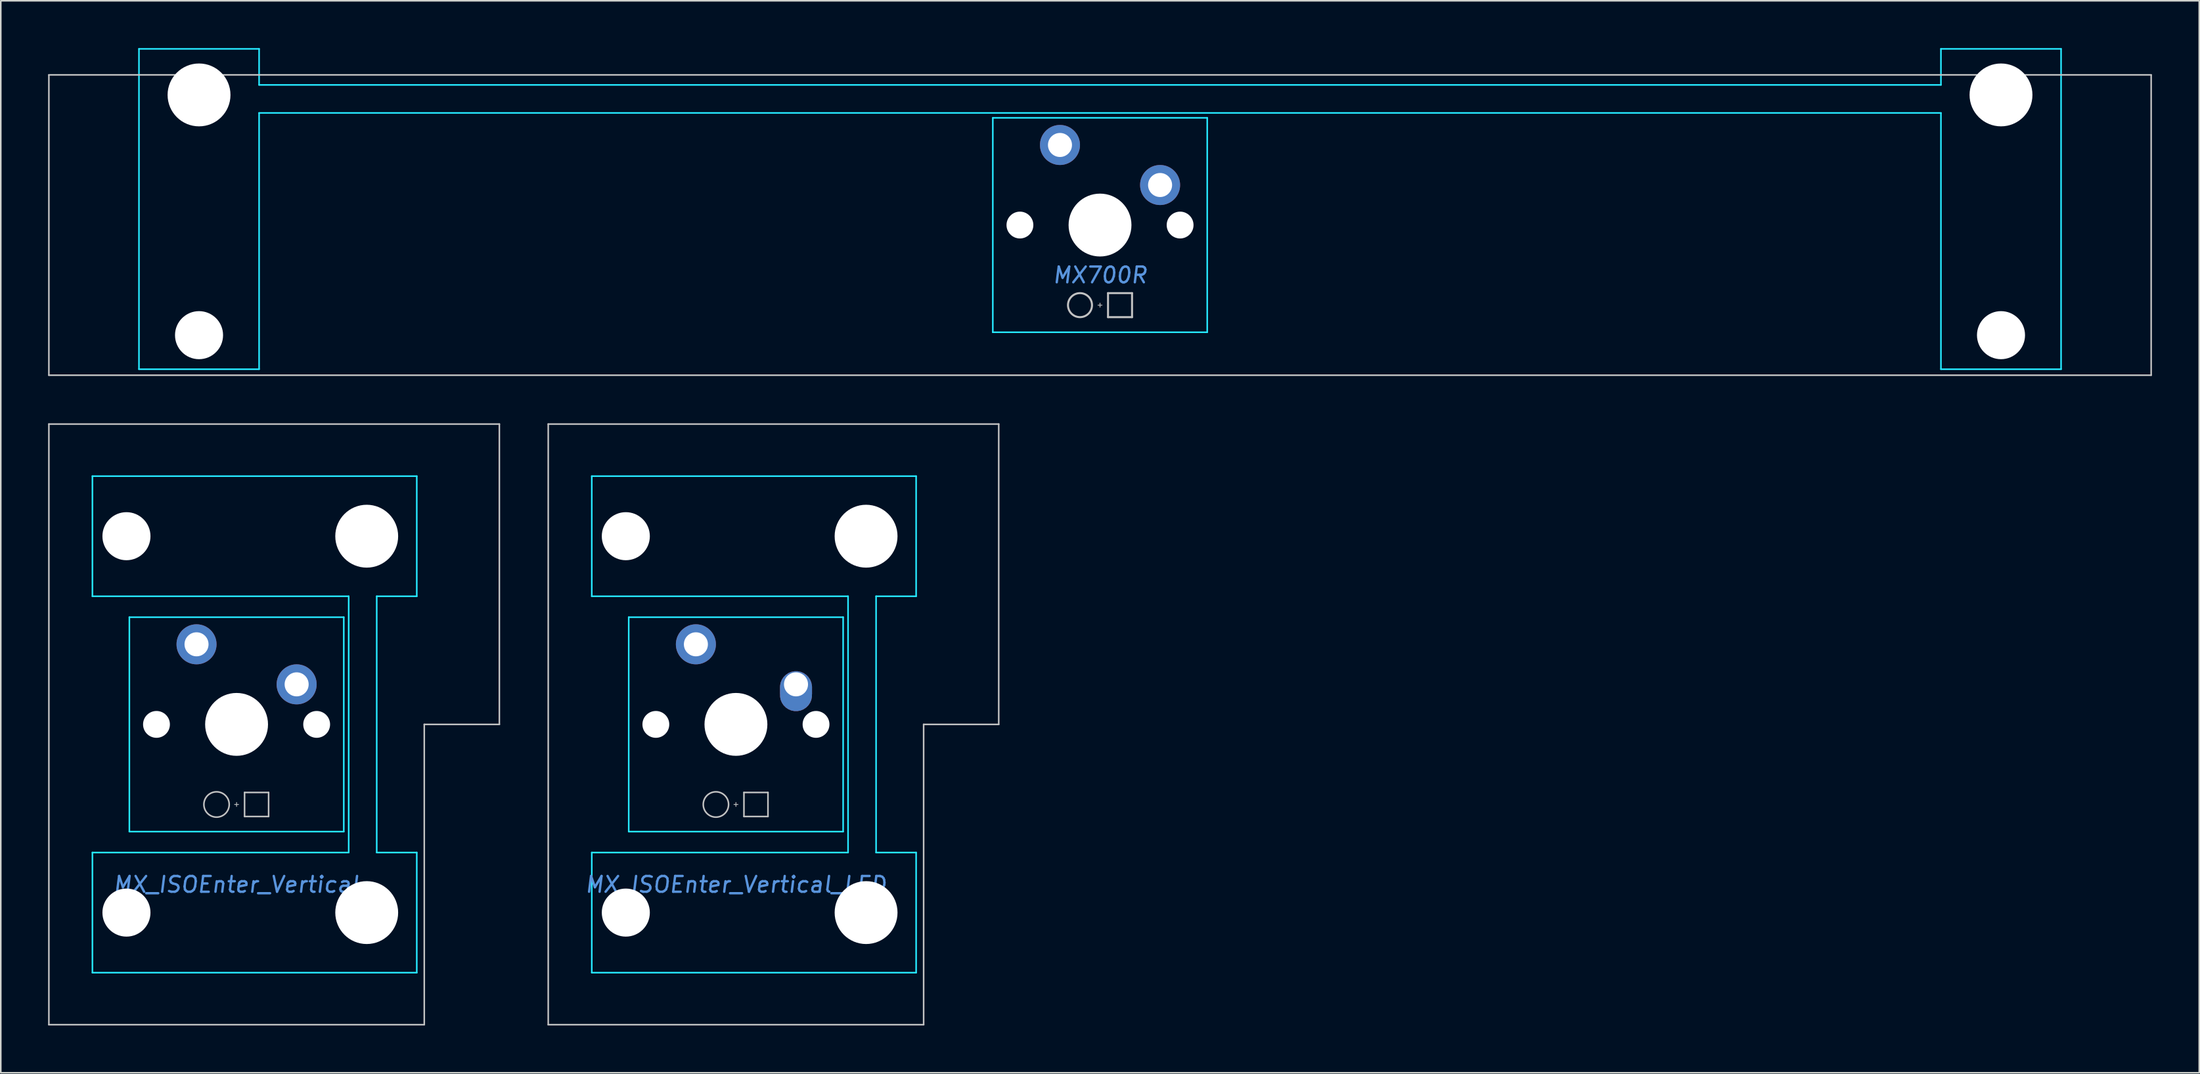
<source format=kicad_pcb>
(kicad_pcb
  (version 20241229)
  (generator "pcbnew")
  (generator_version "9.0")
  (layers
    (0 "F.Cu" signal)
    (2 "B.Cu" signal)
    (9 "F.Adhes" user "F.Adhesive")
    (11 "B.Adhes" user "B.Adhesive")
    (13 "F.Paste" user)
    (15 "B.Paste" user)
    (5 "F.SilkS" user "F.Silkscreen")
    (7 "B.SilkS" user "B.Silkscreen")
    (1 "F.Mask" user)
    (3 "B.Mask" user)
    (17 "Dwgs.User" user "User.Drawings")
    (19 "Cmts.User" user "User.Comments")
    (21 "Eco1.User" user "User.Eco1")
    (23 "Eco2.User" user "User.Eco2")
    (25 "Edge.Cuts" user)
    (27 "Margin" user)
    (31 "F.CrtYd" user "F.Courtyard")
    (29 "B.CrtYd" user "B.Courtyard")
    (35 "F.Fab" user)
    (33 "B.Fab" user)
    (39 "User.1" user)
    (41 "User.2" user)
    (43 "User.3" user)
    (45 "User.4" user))
  (footprint "MX700R"
    (layer "F.Cu")
    (at 66.725 11.226)
    (property "Reference" "MX700R" (at 0 3.175 0) (layer "Cmts.User") (effects (font (size 1 1) (thickness 0.15) (italic yes))))
    (attr through_hole)
    (fp_line (start -66.675 -9.525) (end -66.675 9.525) (stroke (width 0.1) (type solid)) (layer "Dwgs.User"))
    (fp_line (start -66.675 -9.525) (end 66.675 -9.525) (stroke (width 0.1) (type solid)) (layer "Dwgs.User"))
    (fp_line (start -66.675 9.525) (end 66.675 9.525) (stroke (width 0.1) (type solid)) (layer "Dwgs.User"))
    (fp_line (start -0.127 5.08) (end 0.127 5.08) (stroke (width 0.051) (type solid)) (layer "Dwgs.User"))
    (fp_line (start 0 4.953) (end 0 5.207) (stroke (width 0.051) (type solid)) (layer "Dwgs.User"))
    (fp_line (start 0.508 4.318) (end 0.508 5.842) (stroke (width 0.127) (type solid)) (layer "Dwgs.User"))
    (fp_line (start 0.508 4.318) (end 2.032 4.318) (stroke (width 0.127) (type solid)) (layer "Dwgs.User"))
    (fp_line (start 0.508 5.842) (end 2.032 5.842) (stroke (width 0.127) (type solid)) (layer "Dwgs.User"))
    (fp_line (start 2.032 5.842) (end 2.032 4.318) (stroke (width 0.127) (type solid)) (layer "Dwgs.User"))
    (fp_line (start 66.675 -9.525) (end 66.675 9.525) (stroke (width 0.1) (type solid)) (layer "Dwgs.User"))
    (fp_circle (center -1.27 5.08) (end -0.508 5.08) (stroke (width 0.127) (type solid)) (fill no) (layer "Dwgs.User"))
    (fp_line (start -60.96 9.144) (end -60.96 -11.176) (stroke (width 0.1) (type solid)) (layer "B.CrtYd"))
    (fp_line (start -53.34 -11.176) (end -60.96 -11.176) (stroke (width 0.1) (type solid)) (layer "B.CrtYd"))
    (fp_line (start -53.34 -8.89) (end -53.34 -11.176) (stroke (width 0.1) (type solid)) (layer "B.CrtYd"))
    (fp_line (start -53.34 -7.112) (end -53.34 9.144) (stroke (width 0.1) (type solid)) (layer "B.CrtYd"))
    (fp_line (start -53.34 9.144) (end -60.96 9.144) (stroke (width 0.1) (type solid)) (layer "B.CrtYd"))
    (fp_line (start -6.8 -6.8) (end -6.8 6.8) (stroke (width 0.1) (type solid)) (layer "B.CrtYd"))
    (fp_line (start -6.8 -6.8) (end 6.8 -6.8) (stroke (width 0.1) (type solid)) (layer "B.CrtYd"))
    (fp_line (start -6.8 6.8) (end 6.8 6.8) (stroke (width 0.1) (type solid)) (layer "B.CrtYd"))
    (fp_line (start 6.8 6.8) (end 6.8 -6.8) (stroke (width 0.1) (type solid)) (layer "B.CrtYd"))
    (fp_line (start 53.34 -8.89) (end -53.34 -8.89) (stroke (width 0.1) (type solid)) (layer "B.CrtYd"))
    (fp_line (start 53.34 -8.89) (end 53.34 -11.176) (stroke (width 0.1) (type solid)) (layer "B.CrtYd"))
    (fp_line (start 53.34 -7.112) (end -53.34 -7.112) (stroke (width 0.1) (type solid)) (layer "B.CrtYd"))
    (fp_line (start 53.34 -7.112) (end 53.34 9.144) (stroke (width 0.1) (type solid)) (layer "B.CrtYd"))
    (fp_line (start 60.96 -11.176) (end 53.34 -11.176) (stroke (width 0.1) (type solid)) (layer "B.CrtYd"))
    (fp_line (start 60.96 9.144) (end 53.34 9.144) (stroke (width 0.1) (type solid)) (layer "B.CrtYd"))
    (fp_line (start 60.96 9.144) (end 60.96 -11.176) (stroke (width 0.1) (type solid)) (layer "B.CrtYd"))
    (pad "" np_thru_hole circle (at -57.15 -8.255) (size 3.988 3.988) (drill 3.988) (layers "*.Cu" "*.Mask"))
    (pad "" np_thru_hole circle (at -57.15 6.985) (size 3.048 3.048) (drill 3.048) (layers "*.Cu" "*.Mask"))
    (pad "" np_thru_hole circle (at -5.08 0) (size 1.702 1.702) (drill 1.702) (layers "*.Cu" "*.Mask"))
    (pad "" connect circle (at -2.54 -5.08) (size 1.524 1.524) (layers "B.Mask"))
    (pad "" np_thru_hole circle (at 0 0) (size 3.988 3.988) (drill 3.988) (layers "*.Cu" "*.Mask"))
    (pad "" connect circle (at 3.81 -2.54) (size 1.524 1.524) (layers "B.Mask"))
    (pad "" np_thru_hole circle (at 5.08 0) (size 1.702 1.702) (drill 1.702) (layers "*.Cu" "*.Mask"))
    (pad "" np_thru_hole circle (at 57.15 -8.255) (size 3.988 3.988) (drill 3.988) (layers "*.Cu" "*.Mask"))
    (pad "" np_thru_hole circle (at 57.15 6.985) (size 3.048 3.048) (drill 3.048) (layers "*.Cu" "*.Mask"))
    (pad "1" thru_hole circle (at -2.54 -5.08) (size 2.54 2.54) (drill 1.524) (layers "*.Cu" "F.Mask"))
    (pad "2" thru_hole circle (at 3.81 -2.54) (size 2.54 2.54) (drill 1.524) (layers "*.Cu" "F.Mask")))
  (footprint "MX_ISOEnter_Vertical_LED"
    (layer "F.Cu")
    (at 43.631 42.901)
    (property "Reference" "MX_ISOEnter_Vertical_LED" (at 0 10.16 0) (layer "Cmts.User") (effects (font (size 1 1) (thickness 0.15) (italic yes))))
    (attr through_hole)
    (fp_line (start -11.906 19.05) (end -11.906 -19.05) (stroke (width 0.1) (type solid)) (layer "Dwgs.User"))
    (fp_line (start -0.127 5.08) (end 0.127 5.08) (stroke (width 0.05) (type solid)) (layer "Dwgs.User"))
    (fp_line (start 0 5.207) (end 0 4.953) (stroke (width 0.05) (type solid)) (layer "Dwgs.User"))
    (fp_line (start 0.508 4.318) (end 0.508 5.842) (stroke (width 0.1) (type solid)) (layer "Dwgs.User"))
    (fp_line (start 0.508 4.318) (end 2.032 4.318) (stroke (width 0.1) (type solid)) (layer "Dwgs.User"))
    (fp_line (start 0.508 5.842) (end 2.032 5.842) (stroke (width 0.1) (type solid)) (layer "Dwgs.User"))
    (fp_line (start 2.032 5.842) (end 2.032 4.318) (stroke (width 0.1) (type solid)) (layer "Dwgs.User"))
    (fp_line (start 11.906 19.05) (end -11.906 19.05) (stroke (width 0.1) (type solid)) (layer "Dwgs.User"))
    (fp_line (start 11.906 19.05) (end 11.906 0) (stroke (width 0.1) (type solid)) (layer "Dwgs.User"))
    (fp_line (start 16.669 -19.05) (end -11.906 -19.05) (stroke (width 0.1) (type solid)) (layer "Dwgs.User"))
    (fp_line (start 16.669 0) (end 11.906 0) (stroke (width 0.1) (type solid)) (layer "Dwgs.User"))
    (fp_line (start 16.669 0) (end 16.669 -19.05) (stroke (width 0.1) (type solid)) (layer "Dwgs.User"))
    (fp_circle (center -1.27 5.08) (end -0.467 5.08) (stroke (width 0.1) (type solid)) (fill no) (layer "Dwgs.User"))
    (fp_line (start -9.144 -15.748) (end 11.43 -15.748) (stroke (width 0.1) (type solid)) (layer "B.CrtYd"))
    (fp_line (start -9.144 -8.128) (end -9.144 -15.748) (stroke (width 0.1) (type solid)) (layer "B.CrtYd"))
    (fp_line (start -9.144 -8.128) (end 7.112 -8.128) (stroke (width 0.1) (type solid)) (layer "B.CrtYd"))
    (fp_line (start -9.144 8.128) (end 7.112 8.128) (stroke (width 0.1) (type solid)) (layer "B.CrtYd"))
    (fp_line (start -9.144 15.748) (end -9.144 8.128) (stroke (width 0.1) (type solid)) (layer "B.CrtYd"))
    (fp_line (start -6.8 6.8) (end -6.8 -6.8) (stroke (width 0.1) (type solid)) (layer "B.CrtYd"))
    (fp_line (start 6.8 -6.8) (end -6.8 -6.8) (stroke (width 0.1) (type solid)) (layer "B.CrtYd"))
    (fp_line (start 6.8 6.8) (end -6.8 6.8) (stroke (width 0.1) (type solid)) (layer "B.CrtYd"))
    (fp_line (start 6.8 6.8) (end 6.8 -6.8) (stroke (width 0.1) (type solid)) (layer "B.CrtYd"))
    (fp_line (start 7.112 8.128) (end 7.112 -8.128) (stroke (width 0.1) (type solid)) (layer "B.CrtYd"))
    (fp_line (start 8.89 8.128) (end 8.89 -8.128) (stroke (width 0.1) (type solid)) (layer "B.CrtYd"))
    (fp_line (start 11.43 -15.748) (end 11.43 -8.128) (stroke (width 0.1) (type solid)) (layer "B.CrtYd"))
    (fp_line (start 11.43 -8.128) (end 8.89 -8.128) (stroke (width 0.1) (type solid)) (layer "B.CrtYd"))
    (fp_line (start 11.43 8.128) (end 8.89 8.128) (stroke (width 0.1) (type solid)) (layer "B.CrtYd"))
    (fp_line (start 11.43 8.128) (end 11.43 15.748) (stroke (width 0.1) (type solid)) (layer "B.CrtYd"))
    (fp_line (start 11.43 15.748) (end -9.144 15.748) (stroke (width 0.1) (type solid)) (layer "B.CrtYd"))
    (pad "" np_thru_hole circle (at -6.985 -11.938 90) (size 3.048 3.048) (drill 3.048) (layers "*.Cu" "*.Mask"))
    (pad "" np_thru_hole circle (at -6.985 11.938 90) (size 3.048 3.048) (drill 3.048) (layers "*.Cu" "*.Mask"))
    (pad "" np_thru_hole circle (at -5.08 0) (size 1.702 1.702) (drill 1.702) (layers "*.Cu" "*.Mask"))
    (pad "" connect circle (at -2.54 -5.08) (size 1.27 1.27) (layers "B.Mask"))
    (pad "" np_thru_hole circle (at 0 0) (size 3.988 3.988) (drill 3.988) (layers "*.Cu" "*.Mask"))
    (pad "" connect circle (at 3.81 -2.54 90) (size 1.27 1.27) (layers "B.Mask"))
    (pad "" np_thru_hole circle (at 5.08 0) (size 1.702 1.702) (drill 1.702) (layers "*.Cu" "*.Mask"))
    (pad "" np_thru_hole circle (at 8.255 -11.938 90) (size 3.988 3.988) (drill 3.988) (layers "*.Cu" "*.Mask"))
    (pad "" np_thru_hole circle (at 8.255 11.938 90) (size 3.988 3.988) (drill 3.988) (layers "*.Cu" "*.Mask"))
    (pad "1" thru_hole circle (at -2.54 -5.08) (size 2.54 2.54) (drill 1.524) (layers "*.Cu" "F.Mask"))
    (pad "2" thru_hole custom (at 3.81 -2.54) (size 1.651 1.651) (drill 1.524) (layers "*.Cu" "F.Mask") (options (anchor circle)) (primitives (gr_circle (center 0 0.178) (end 1.016 0.178) (width 0) (fill yes)) (gr_circle (center 0 0.686) (end 1.016 0.686) (width 0) (fill yes)) (gr_poly (pts (xy 1.016 0.635) (xy -1.016 0.635) (xy -1.016 0.127) (xy 1.016 0.127)) (width 0) (fill yes)))))
  (footprint "MX_ISOEnter_Vertical"
    (layer "F.Cu")
    (at 11.956 42.901)
    (property "Reference" "MX_ISOEnter_Vertical" (at 0 10.16 0) (layer "Cmts.User") (effects (font (size 1 1) (thickness 0.15) (italic yes))))
    (attr through_hole)
    (fp_line (start -11.906 19.05) (end -11.906 -19.05) (stroke (width 0.1) (type solid)) (layer "Dwgs.User"))
    (fp_line (start -0.127 5.08) (end 0.127 5.08) (stroke (width 0.05) (type solid)) (layer "Dwgs.User"))
    (fp_line (start 0 5.207) (end 0 4.953) (stroke (width 0.05) (type solid)) (layer "Dwgs.User"))
    (fp_line (start 0.508 4.318) (end 0.508 5.842) (stroke (width 0.1) (type solid)) (layer "Dwgs.User"))
    (fp_line (start 0.508 4.318) (end 2.032 4.318) (stroke (width 0.1) (type solid)) (layer "Dwgs.User"))
    (fp_line (start 0.508 5.842) (end 2.032 5.842) (stroke (width 0.1) (type solid)) (layer "Dwgs.User"))
    (fp_line (start 2.032 5.842) (end 2.032 4.318) (stroke (width 0.1) (type solid)) (layer "Dwgs.User"))
    (fp_line (start 11.906 19.05) (end -11.906 19.05) (stroke (width 0.1) (type solid)) (layer "Dwgs.User"))
    (fp_line (start 11.906 19.05) (end 11.906 0) (stroke (width 0.1) (type solid)) (layer "Dwgs.User"))
    (fp_line (start 16.669 -19.05) (end -11.906 -19.05) (stroke (width 0.1) (type solid)) (layer "Dwgs.User"))
    (fp_line (start 16.669 0) (end 11.906 0) (stroke (width 0.1) (type solid)) (layer "Dwgs.User"))
    (fp_line (start 16.669 0) (end 16.669 -19.05) (stroke (width 0.1) (type solid)) (layer "Dwgs.User"))
    (fp_circle (center -1.27 5.08) (end -0.467 5.08) (stroke (width 0.1) (type solid)) (fill no) (layer "Dwgs.User"))
    (fp_line (start -9.144 -15.748) (end 11.43 -15.748) (stroke (width 0.1) (type solid)) (layer "B.CrtYd"))
    (fp_line (start -9.144 -8.128) (end -9.144 -15.748) (stroke (width 0.1) (type solid)) (layer "B.CrtYd"))
    (fp_line (start -9.144 -8.128) (end 7.112 -8.128) (stroke (width 0.1) (type solid)) (layer "B.CrtYd"))
    (fp_line (start -9.144 8.128) (end 7.112 8.128) (stroke (width 0.1) (type solid)) (layer "B.CrtYd"))
    (fp_line (start -9.144 15.748) (end -9.144 8.128) (stroke (width 0.1) (type solid)) (layer "B.CrtYd"))
    (fp_line (start -6.8 6.8) (end -6.8 -6.8) (stroke (width 0.1) (type solid)) (layer "B.CrtYd"))
    (fp_line (start 6.8 -6.8) (end -6.8 -6.8) (stroke (width 0.1) (type solid)) (layer "B.CrtYd"))
    (fp_line (start 6.8 6.8) (end -6.8 6.8) (stroke (width 0.1) (type solid)) (layer "B.CrtYd"))
    (fp_line (start 6.8 6.8) (end 6.8 -6.8) (stroke (width 0.1) (type solid)) (layer "B.CrtYd"))
    (fp_line (start 7.112 8.128) (end 7.112 -8.128) (stroke (width 0.1) (type solid)) (layer "B.CrtYd"))
    (fp_line (start 8.89 8.128) (end 8.89 -8.128) (stroke (width 0.1) (type solid)) (layer "B.CrtYd"))
    (fp_line (start 11.43 -15.748) (end 11.43 -8.128) (stroke (width 0.1) (type solid)) (layer "B.CrtYd"))
    (fp_line (start 11.43 -8.128) (end 8.89 -8.128) (stroke (width 0.1) (type solid)) (layer "B.CrtYd"))
    (fp_line (start 11.43 8.128) (end 8.89 8.128) (stroke (width 0.1) (type solid)) (layer "B.CrtYd"))
    (fp_line (start 11.43 8.128) (end 11.43 15.748) (stroke (width 0.1) (type solid)) (layer "B.CrtYd"))
    (fp_line (start 11.43 15.748) (end -9.144 15.748) (stroke (width 0.1) (type solid)) (layer "B.CrtYd"))
    (pad "" np_thru_hole circle (at -6.985 -11.938 90) (size 3.048 3.048) (drill 3.048) (layers "*.Cu" "*.Mask"))
    (pad "" np_thru_hole circle (at -6.985 11.938 90) (size 3.048 3.048) (drill 3.048) (layers "*.Cu" "*.Mask"))
    (pad "" np_thru_hole circle (at -5.08 0) (size 1.702 1.702) (drill 1.702) (layers "*.Cu" "*.Mask"))
    (pad "" connect circle (at -2.54 -5.08) (size 1.524 1.524) (layers "B.Mask"))
    (pad "" np_thru_hole circle (at 0 0) (size 3.988 3.988) (drill 3.988) (layers "*.Cu" "*.Mask"))
    (pad "" connect circle (at 3.81 -2.54) (size 1.524 1.524) (layers "B.Mask"))
    (pad "" np_thru_hole circle (at 5.08 0) (size 1.702 1.702) (drill 1.702) (layers "*.Cu" "*.Mask"))
    (pad "" np_thru_hole circle (at 8.255 -11.938 90) (size 3.988 3.988) (drill 3.988) (layers "*.Cu" "*.Mask"))
    (pad "" np_thru_hole circle (at 8.255 11.938 90) (size 3.988 3.988) (drill 3.988) (layers "*.Cu" "*.Mask"))
    (pad "1" thru_hole circle (at -2.54 -5.08) (size 2.54 2.54) (drill 1.524) (layers "*.Cu" "F.Mask"))
    (pad "2" thru_hole circle (at 3.81 -2.54) (size 2.54 2.54) (drill 1.524) (layers "*.Cu" "F.Mask")))
  (gr_rect
    (start -3 -3)
    (end 136.45 65.001)
    (stroke (width 0.1) (type default))
    (fill no)
    (layer "Edge.Cuts")))
</source>
